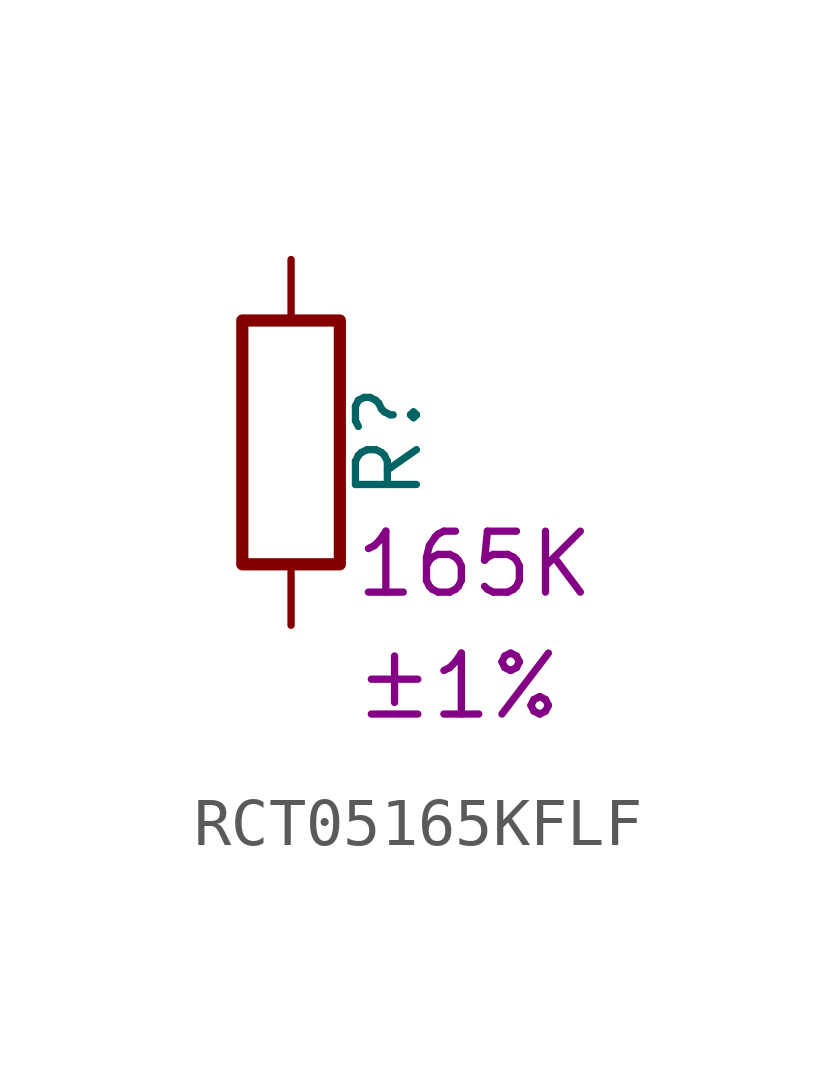
<source format=kicad_sym>
(kicad_symbol_lib
  (version 20220914)
  (generator kicad_symbol_editor)
  (symbol "RCT05165KFLF"
    (pin_numbers hide)
    (pin_names
      (offset 0))
    (property "Reference" "R"
      (at 2.032 0 90)
      (effects (font (size 1.27 1.27))))
    (property "Resistance" "165K"
      (at 1.27 -2.54 0)
      (effects (font (size 1.27 1.27)) (justify left)))
    (property "Tolerance" "±1%"
      (at 1.27 -5.08 0)
      (effects (font (size 1.27 1.27)) (justify left)))
    (symbol "RCT05165KFLF_0_1"
      (rectangle (start -1.016 -2.54) (end 1.016 2.54) (stroke (width 0.254) (type default)) (fill (type none))))
    (symbol "RCT05165KFLF_1_1"
      (pin passive line (at 0 3.81 270) (length 1.27) (name "~" (effects (font (size 1.27 1.27)))) (number "1" (effects (font (size 1.27 1.27)))))
      (pin passive line (at 0 -3.81 90) (length 1.27) (name "~" (effects (font (size 1.27 1.27)))) (number "2" (effects (font (size 1.27 1.27))))))))
</source>
